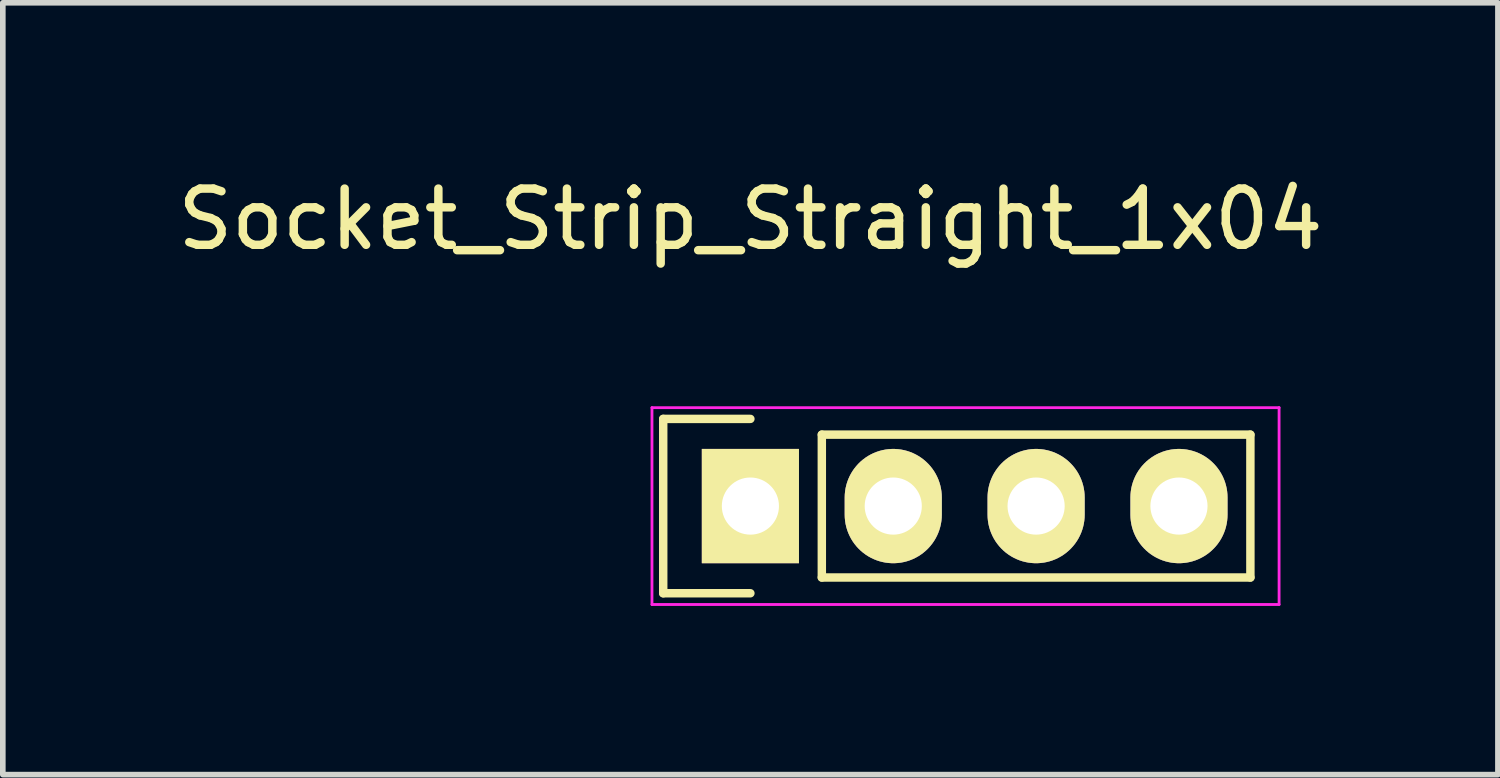
<source format=kicad_pcb>
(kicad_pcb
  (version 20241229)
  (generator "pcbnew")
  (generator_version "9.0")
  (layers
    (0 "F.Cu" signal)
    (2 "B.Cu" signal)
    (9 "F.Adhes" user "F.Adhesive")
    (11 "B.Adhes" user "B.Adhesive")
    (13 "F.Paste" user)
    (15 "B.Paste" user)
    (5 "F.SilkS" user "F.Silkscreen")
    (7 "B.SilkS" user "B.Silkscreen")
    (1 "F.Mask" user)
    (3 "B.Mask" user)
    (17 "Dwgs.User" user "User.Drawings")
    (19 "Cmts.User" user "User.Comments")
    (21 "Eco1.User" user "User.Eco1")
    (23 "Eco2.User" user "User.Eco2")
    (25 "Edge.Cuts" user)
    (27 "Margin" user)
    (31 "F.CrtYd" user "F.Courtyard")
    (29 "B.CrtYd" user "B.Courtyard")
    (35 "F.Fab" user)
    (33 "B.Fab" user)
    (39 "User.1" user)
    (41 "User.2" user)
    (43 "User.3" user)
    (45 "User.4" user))
  (footprint "Socket_Strip_Straight_1x04"
    (layer "F.Cu")
    (at 10.292 5.948)
    (property "Reference" "Socket_Strip_Straight_1x04" (at 0 -5.1 0) (layer "F.SilkS") (effects (font (size 1 1) (thickness 0.15))))
    (attr through_hole)
    (fp_line (start -1.55 -1.55) (end -1.55 1.55) (stroke (width 0.15) (type solid)) (layer "F.SilkS"))
    (fp_line (start -1.55 1.55) (end 0 1.55) (stroke (width 0.15) (type solid)) (layer "F.SilkS"))
    (fp_line (start 0 -1.55) (end -1.55 -1.55) (stroke (width 0.15) (type solid)) (layer "F.SilkS"))
    (fp_line (start 1.27 -1.27) (end 8.89 -1.27) (stroke (width 0.15) (type solid)) (layer "F.SilkS"))
    (fp_line (start 1.27 1.27) (end 1.27 -1.27) (stroke (width 0.15) (type solid)) (layer "F.SilkS"))
    (fp_line (start 1.27 1.27) (end 8.89 1.27) (stroke (width 0.15) (type solid)) (layer "F.SilkS"))
    (fp_line (start 8.89 -1.27) (end 8.89 1.27) (stroke (width 0.15) (type solid)) (layer "F.SilkS"))
    (fp_line (start -1.75 -1.75) (end -1.75 1.75) (stroke (width 0.05) (type solid)) (layer "F.CrtYd"))
    (fp_line (start -1.75 -1.75) (end 9.4 -1.75) (stroke (width 0.05) (type solid)) (layer "F.CrtYd"))
    (fp_line (start -1.75 1.75) (end 9.4 1.75) (stroke (width 0.05) (type solid)) (layer "F.CrtYd"))
    (fp_line (start 9.4 -1.75) (end 9.4 1.75) (stroke (width 0.05) (type solid)) (layer "F.CrtYd"))
    (pad "3" thru_hole rect (at 0 0) (size 1.727 2.032) (drill 1.016) (layers "*.Cu" "*.Mask" "F.SilkS"))
    (pad "4" thru_hole oval (at 2.54 0) (size 1.727 2.032) (drill 1.016) (layers "*.Cu" "*.Mask" "F.SilkS"))
    (pad "4" thru_hole oval (at 7.62 0) (size 1.727 2.032) (drill 1.016) (layers "*.Cu" "*.Mask" "F.SilkS"))
    (pad "6" thru_hole oval (at 5.08 0) (size 1.727 2.032) (drill 1.016) (layers "*.Cu" "*.Mask" "F.SilkS")))
  (gr_rect
    (start -3 -3)
    (end 23.583 10.723)
    (stroke (width 0.1) (type default))
    (fill no)
    (layer "Edge.Cuts")))
</source>
